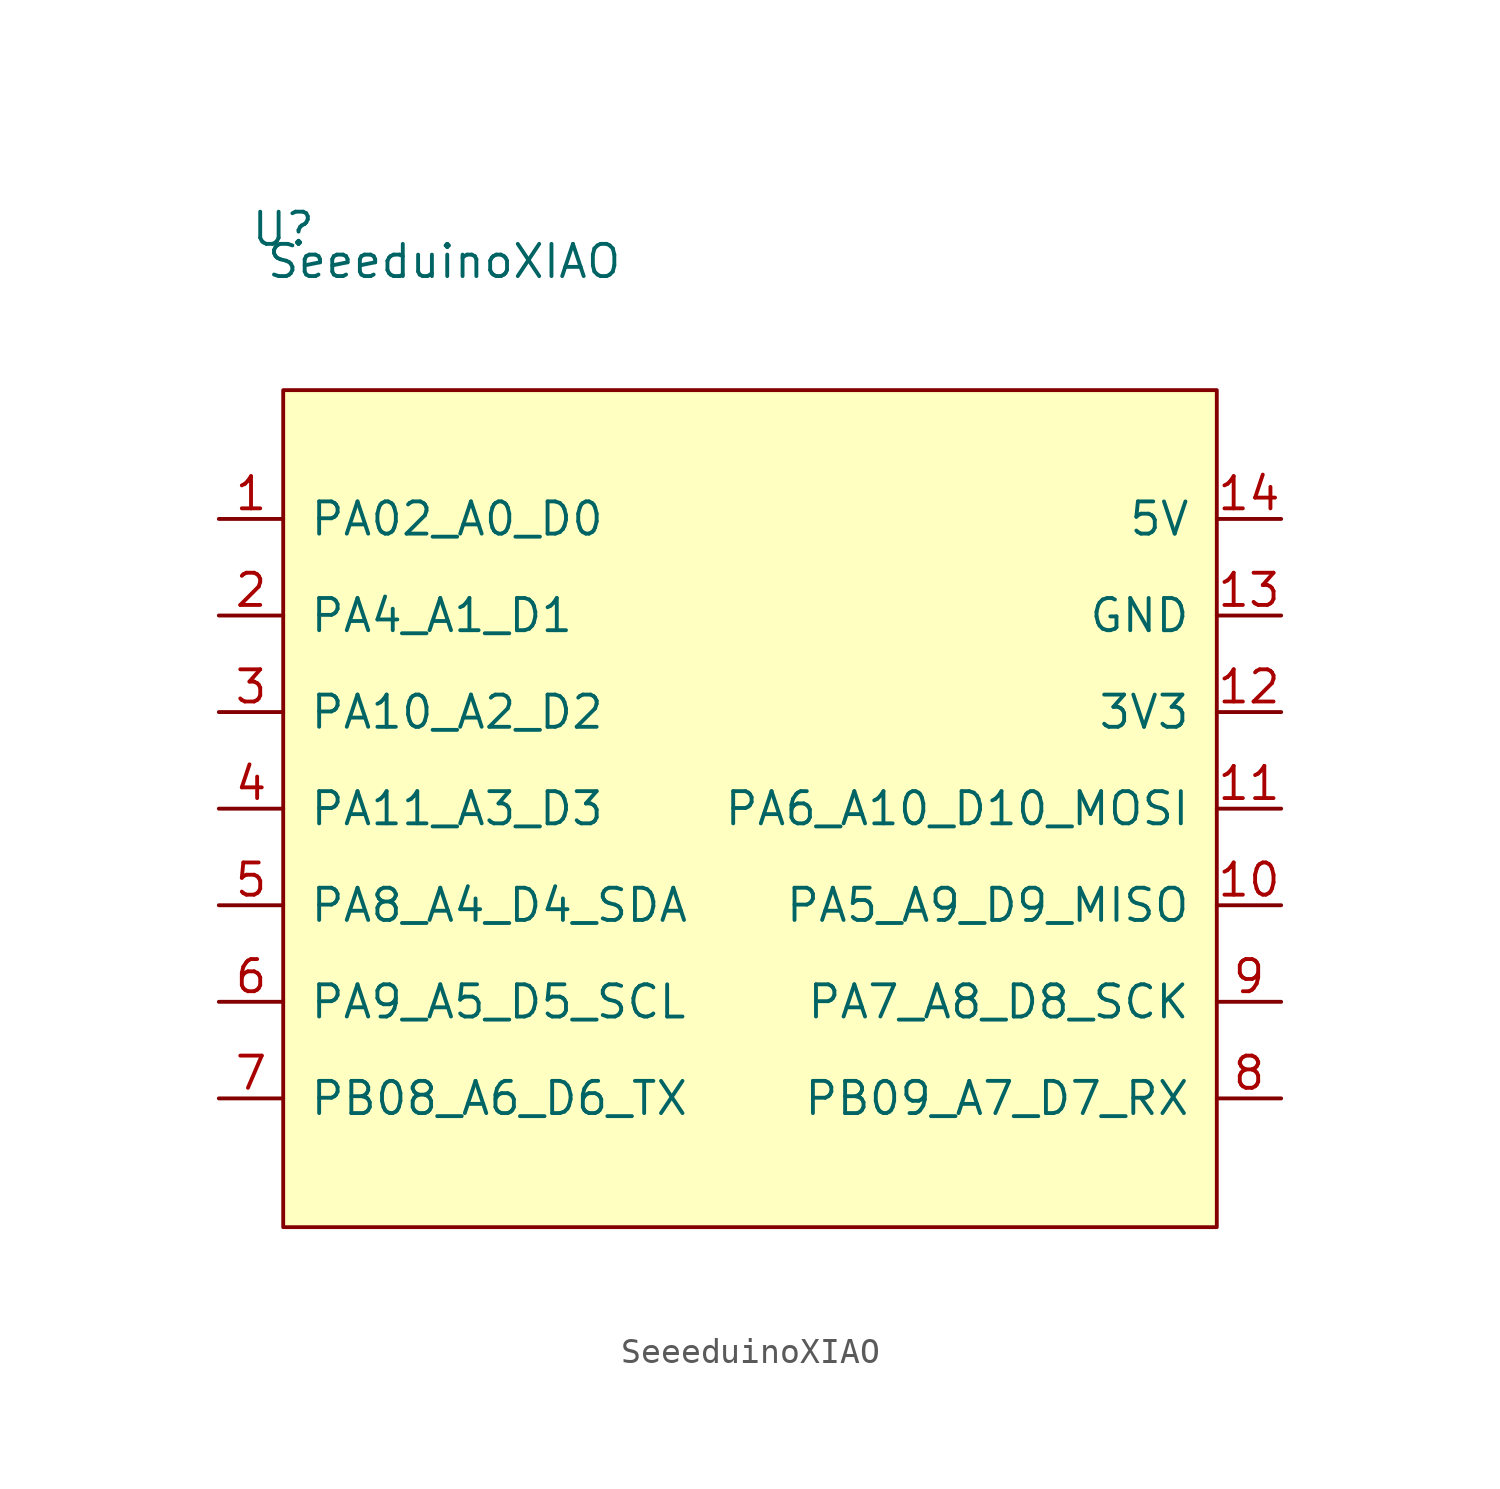
<source format=kicad_sym>
(kicad_symbol_lib
  (version 20211014)
  (generator kicad_symbol_editor)
  (symbol "SeeeduinoXIAO"
    (pin_names
      (offset 1.016))
    (property "Reference" "U"
      (at -19.05 22.86 0)
      (effects (font (size 1.27 1.27))))
    (property "Value" "SeeeduinoXIAO"
      (at -12.7 21.59 0)
      (effects (font (size 1.27 1.27))))
    (symbol "SeeeduinoXIAO_0_1"
      (rectangle (start -19.05 16.51) (end 17.78 -16.51) (stroke (width 0) (type default) (color 0 0 0 0)) (fill (type background))))
    (symbol "SeeeduinoXIAO_1_1"
      (pin bidirectional line (at -21.59 11.43 0) (length 2.54) (name "PA02_A0_D0" (effects (font (size 1.27 1.27)))) (number "1" (effects (font (size 1.27 1.27)))))
      (pin bidirectional line (at 20.32 -3.81 180) (length 2.54) (name "PA5_A9_D9_MISO" (effects (font (size 1.27 1.27)))) (number "10" (effects (font (size 1.27 1.27)))))
      (pin bidirectional line (at 20.32 0 180) (length 2.54) (name "PA6_A10_D10_MOSI" (effects (font (size 1.27 1.27)))) (number "11" (effects (font (size 1.27 1.27)))))
      (pin power_out line (at 20.32 3.81 180) (length 2.54) (name "3V3" (effects (font (size 1.27 1.27)))) (number "12" (effects (font (size 1.27 1.27)))))
      (pin power_out line (at 20.32 7.62 180) (length 2.54) (name "GND" (effects (font (size 1.27 1.27)))) (number "13" (effects (font (size 1.27 1.27)))))
      (pin power_out line (at 20.32 11.43 180) (length 2.54) (name "5V" (effects (font (size 1.27 1.27)))) (number "14" (effects (font (size 1.27 1.27)))))
      (pin bidirectional line (at -21.59 7.62 0) (length 2.54) (name "PA4_A1_D1" (effects (font (size 1.27 1.27)))) (number "2" (effects (font (size 1.27 1.27)))))
      (pin bidirectional line (at -21.59 3.81 0) (length 2.54) (name "PA10_A2_D2" (effects (font (size 1.27 1.27)))) (number "3" (effects (font (size 1.27 1.27)))))
      (pin bidirectional line (at -21.59 0 0) (length 2.54) (name "PA11_A3_D3" (effects (font (size 1.27 1.27)))) (number "4" (effects (font (size 1.27 1.27)))))
      (pin bidirectional line (at -21.59 -3.81 0) (length 2.54) (name "PA8_A4_D4_SDA" (effects (font (size 1.27 1.27)))) (number "5" (effects (font (size 1.27 1.27)))))
      (pin bidirectional line (at -21.59 -7.62 0) (length 2.54) (name "PA9_A5_D5_SCL" (effects (font (size 1.27 1.27)))) (number "6" (effects (font (size 1.27 1.27)))))
      (pin bidirectional line (at -21.59 -11.43 0) (length 2.54) (name "PB08_A6_D6_TX" (effects (font (size 1.27 1.27)))) (number "7" (effects (font (size 1.27 1.27)))))
      (pin bidirectional line (at 20.32 -11.43 180) (length 2.54) (name "PB09_A7_D7_RX" (effects (font (size 1.27 1.27)))) (number "8" (effects (font (size 1.27 1.27)))))
      (pin bidirectional line (at 20.32 -7.62 180) (length 2.54) (name "PA7_A8_D8_SCK" (effects (font (size 1.27 1.27)))) (number "9" (effects (font (size 1.27 1.27))))))))
</source>
